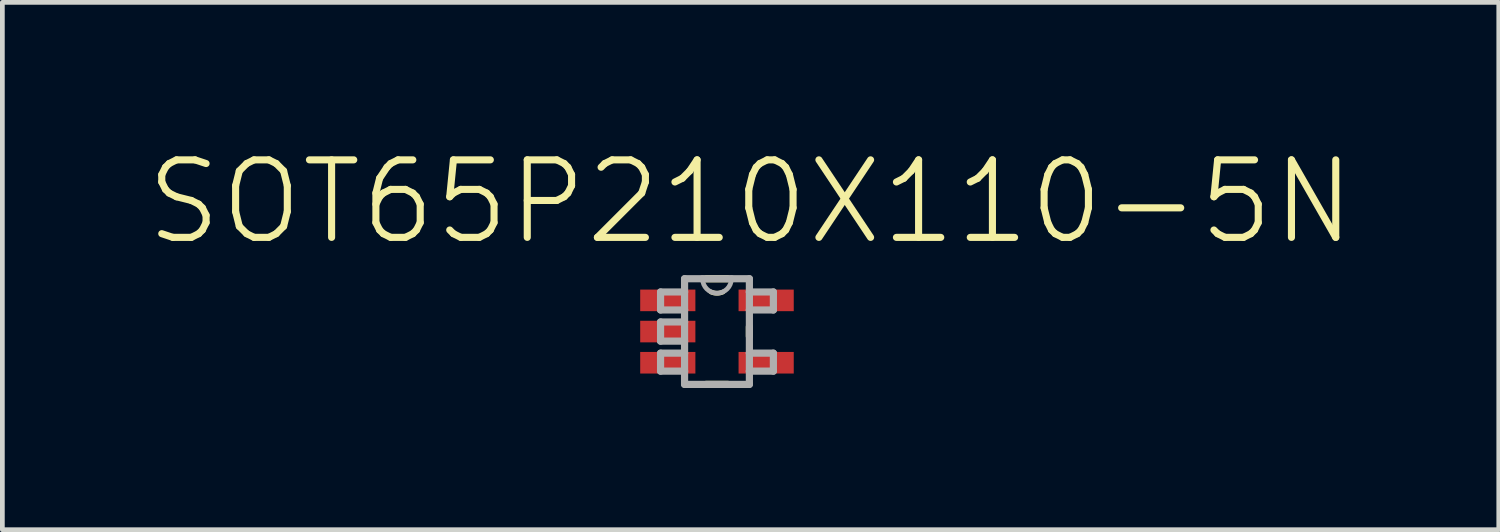
<source format=kicad_pcb>
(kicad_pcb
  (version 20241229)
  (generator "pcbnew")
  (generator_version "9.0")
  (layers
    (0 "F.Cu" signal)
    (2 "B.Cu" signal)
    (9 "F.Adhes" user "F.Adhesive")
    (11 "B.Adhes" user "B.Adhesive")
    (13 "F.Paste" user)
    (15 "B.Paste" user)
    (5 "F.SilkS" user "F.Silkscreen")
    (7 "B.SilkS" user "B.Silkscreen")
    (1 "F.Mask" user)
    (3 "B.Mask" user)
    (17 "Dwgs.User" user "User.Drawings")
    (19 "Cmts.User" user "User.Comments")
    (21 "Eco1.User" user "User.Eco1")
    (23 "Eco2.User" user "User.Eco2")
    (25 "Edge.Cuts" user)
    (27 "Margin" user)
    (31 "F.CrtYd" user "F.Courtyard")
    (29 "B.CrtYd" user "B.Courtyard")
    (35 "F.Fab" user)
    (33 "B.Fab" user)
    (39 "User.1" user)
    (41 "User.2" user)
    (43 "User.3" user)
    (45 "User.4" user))
  (footprint "SOT65P210X110-5N"
    (layer "F.Cu")
    (at 12.126 3.968)
    (property "Reference" "SOT65P210X110-5N" (at 0.712 -2.745 0) (layer "F.SilkS") (effects (font (size 1.641 1.641) (thickness 0.15))))
    (attr smd)
    (fp_line (start -0.229 1.118) (end 0.229 1.118) (stroke (width 0.152) (type solid)) (layer "F.SilkS"))
    (fp_line (start 0.229 -1.118) (end -0.229 -1.118) (stroke (width 0.152) (type solid)) (layer "F.SilkS"))
    (fp_line (start 0.686 0.102) (end 0.686 -0.102) (stroke (width 0.152) (type solid)) (layer "F.SilkS"))
    (fp_arc (start 0.127 -0.8382) (mid 0 -0.810626) (end -0.127 -0.8382) (stroke (width 0.1) (type solid)) (layer "F.SilkS"))
    (fp_line (start -1.194 -0.838) (end -1.194 -0.457) (stroke (width 0.152) (type solid)) (layer "F.Fab"))
    (fp_line (start -1.194 -0.457) (end -0.686 -0.457) (stroke (width 0.152) (type solid)) (layer "F.Fab"))
    (fp_line (start -1.194 -0.203) (end -1.194 0.203) (stroke (width 0.152) (type solid)) (layer "F.Fab"))
    (fp_line (start -1.194 0.203) (end -0.686 0.203) (stroke (width 0.152) (type solid)) (layer "F.Fab"))
    (fp_line (start -1.194 0.457) (end -1.194 0.838) (stroke (width 0.152) (type solid)) (layer "F.Fab"))
    (fp_line (start -1.194 0.838) (end -0.686 0.838) (stroke (width 0.152) (type solid)) (layer "F.Fab"))
    (fp_line (start -0.686 -1.118) (end -0.686 -0.838) (stroke (width 0.152) (type solid)) (layer "F.Fab"))
    (fp_line (start -0.686 -0.838) (end -1.194 -0.838) (stroke (width 0.152) (type solid)) (layer "F.Fab"))
    (fp_line (start -0.686 -0.838) (end -0.686 -0.457) (stroke (width 0.152) (type solid)) (layer "F.Fab"))
    (fp_line (start -0.686 -0.457) (end -0.686 -0.203) (stroke (width 0.152) (type solid)) (layer "F.Fab"))
    (fp_line (start -0.686 -0.203) (end -1.194 -0.203) (stroke (width 0.152) (type solid)) (layer "F.Fab"))
    (fp_line (start -0.686 -0.203) (end -0.686 0.203) (stroke (width 0.152) (type solid)) (layer "F.Fab"))
    (fp_line (start -0.686 0.203) (end -0.686 0.457) (stroke (width 0.152) (type solid)) (layer "F.Fab"))
    (fp_line (start -0.686 0.457) (end -1.194 0.457) (stroke (width 0.152) (type solid)) (layer "F.Fab"))
    (fp_line (start -0.686 0.838) (end -0.686 0.457) (stroke (width 0.152) (type solid)) (layer "F.Fab"))
    (fp_line (start -0.686 1.118) (end -0.686 0.838) (stroke (width 0.152) (type solid)) (layer "F.Fab"))
    (fp_line (start -0.686 1.118) (end 0.686 1.118) (stroke (width 0.152) (type solid)) (layer "F.Fab"))
    (fp_line (start -0.305 -1.118) (end -0.686 -1.118) (stroke (width 0.152) (type solid)) (layer "F.Fab"))
    (fp_line (start 0.305 -1.118) (end -0.305 -1.118) (stroke (width 0.152) (type solid)) (layer "F.Fab"))
    (fp_line (start 0.686 -1.118) (end 0.305 -1.118) (stroke (width 0.152) (type solid)) (layer "F.Fab"))
    (fp_line (start 0.686 -1.118) (end 0.686 -0.838) (stroke (width 0.152) (type solid)) (layer "F.Fab"))
    (fp_line (start 0.686 -0.838) (end 0.686 -0.457) (stroke (width 0.152) (type solid)) (layer "F.Fab"))
    (fp_line (start 0.686 -0.457) (end 1.194 -0.457) (stroke (width 0.152) (type solid)) (layer "F.Fab"))
    (fp_line (start 0.686 0.457) (end 0.686 -0.457) (stroke (width 0.152) (type solid)) (layer "F.Fab"))
    (fp_line (start 0.686 0.838) (end 0.686 0.457) (stroke (width 0.152) (type solid)) (layer "F.Fab"))
    (fp_line (start 0.686 0.838) (end 1.194 0.838) (stroke (width 0.152) (type solid)) (layer "F.Fab"))
    (fp_line (start 0.686 1.118) (end 0.686 0.838) (stroke (width 0.152) (type solid)) (layer "F.Fab"))
    (fp_line (start 1.194 -0.838) (end 0.686 -0.838) (stroke (width 0.152) (type solid)) (layer "F.Fab"))
    (fp_line (start 1.194 -0.457) (end 1.194 -0.838) (stroke (width 0.152) (type solid)) (layer "F.Fab"))
    (fp_line (start 1.194 0.457) (end 0.686 0.457) (stroke (width 0.152) (type solid)) (layer "F.Fab"))
    (fp_line (start 1.194 0.838) (end 1.194 0.457) (stroke (width 0.152) (type solid)) (layer "F.Fab"))
    (fp_arc (start 0.3048 -1.1176) (mid 0 -0.8128) (end -0.3048 -1.1176) (stroke (width 0.1) (type solid)) (layer "F.Fab"))
    (pad "1" smd rect (at -1.041 -0.66) (size 1.168 0.457) (layers "F.Cu" "F.Mask" "F.Paste"))
    (pad "2" smd rect (at -1.041 0) (size 1.168 0.457) (layers "F.Cu" "F.Mask" "F.Paste"))
    (pad "3" smd rect (at -1.041 0.66) (size 1.168 0.457) (layers "F.Cu" "F.Mask" "F.Paste"))
    (pad "4" smd rect (at 1.041 0.66) (size 1.168 0.457) (layers "F.Cu" "F.Mask" "F.Paste"))
    (pad "5" smd rect (at 1.041 -0.66) (size 1.168 0.457) (layers "F.Cu" "F.Mask" "F.Paste")))
  (gr_rect
    (start -3 -3)
    (end 28.674 8.162)
    (stroke (width 0.1) (type default))
    (fill no)
    (layer "Edge.Cuts")))
</source>
